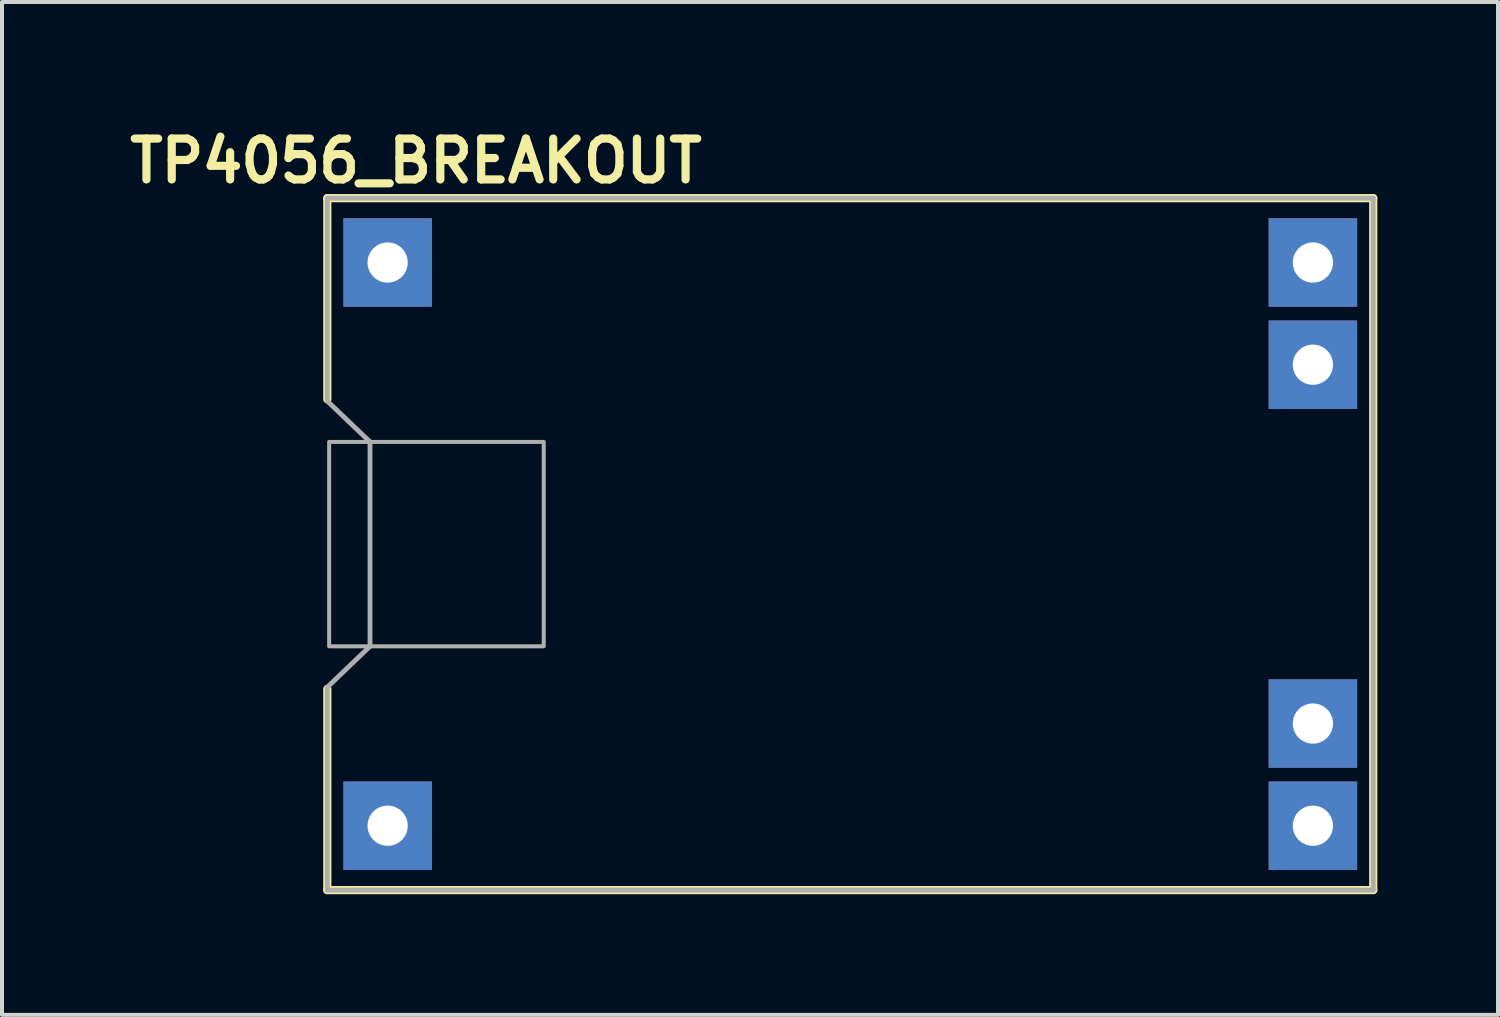
<source format=kicad_pcb>
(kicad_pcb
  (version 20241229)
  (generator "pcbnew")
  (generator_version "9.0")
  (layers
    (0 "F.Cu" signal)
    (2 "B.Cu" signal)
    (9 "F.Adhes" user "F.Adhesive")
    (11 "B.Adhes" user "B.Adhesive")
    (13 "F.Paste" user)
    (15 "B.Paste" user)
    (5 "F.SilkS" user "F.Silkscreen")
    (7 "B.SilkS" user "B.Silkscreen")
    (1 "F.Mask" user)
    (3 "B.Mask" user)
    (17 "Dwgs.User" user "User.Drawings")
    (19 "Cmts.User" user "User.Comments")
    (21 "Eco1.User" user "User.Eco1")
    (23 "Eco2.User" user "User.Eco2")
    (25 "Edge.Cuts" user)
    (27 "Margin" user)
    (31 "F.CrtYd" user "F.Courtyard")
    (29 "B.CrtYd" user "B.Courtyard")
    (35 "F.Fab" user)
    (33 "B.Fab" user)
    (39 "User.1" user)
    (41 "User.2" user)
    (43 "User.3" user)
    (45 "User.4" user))
  (footprint "TP4056_BREAKOUT"
    (layer "F.Cu")
    (at 18.086 10.476)
    (property "Reference" "TP4056_BREAKOUT" (at -10.795 -9.525 0) (layer "F.SilkS") (effects (font (size 1.016 1.016) (thickness 0.203))))
    (attr through_hole)
    (fp_line (start -13 -8.6) (end -13 -3.6) (stroke (width 0.203) (type solid)) (layer "F.SilkS"))
    (fp_line (start -13 -8.6) (end 13 -8.6) (stroke (width 0.203) (type solid)) (layer "F.SilkS"))
    (fp_line (start -13 8.6) (end -13 3.6) (stroke (width 0.203) (type solid)) (layer "F.SilkS"))
    (fp_line (start 13 -8.6) (end 13 8.6) (stroke (width 0.203) (type solid)) (layer "F.SilkS"))
    (fp_line (start 13 8.6) (end -13 8.6) (stroke (width 0.203) (type solid)) (layer "F.SilkS"))
    (fp_line (start -13 -8.6) (end -13 -3.556) (stroke (width 0.12) (type solid)) (layer "F.Fab"))
    (fp_line (start -13 -8.6) (end 13 -8.6) (stroke (width 0.12) (type solid)) (layer "F.Fab"))
    (fp_line (start -13 8.6) (end -13 3.556) (stroke (width 0.12) (type solid)) (layer "F.Fab"))
    (fp_line (start -11.938 -2.54) (end -13 -3.556) (stroke (width 0.12) (type solid)) (layer "F.Fab"))
    (fp_line (start -11.938 -2.54) (end -11.938 2.54) (stroke (width 0.12) (type solid)) (layer "F.Fab"))
    (fp_line (start -11.938 2.54) (end -13 3.556) (stroke (width 0.12) (type solid)) (layer "F.Fab"))
    (fp_line (start 13 -8.6) (end 13 8.6) (stroke (width 0.12) (type solid)) (layer "F.Fab"))
    (fp_line (start 13 8.6) (end -13 8.6) (stroke (width 0.12) (type solid)) (layer "F.Fab"))
    (fp_poly (pts (xy -7.62 2.54) (xy -12.954 2.54) (xy -12.954 -2.54) (xy -7.62 -2.54)) (stroke (width 0.1) (type solid)) (fill no) (layer "F.Fab"))
    (pad "1" thru_hole rect (at -11.5 -7) (size 2.2 2.2) (drill 1) (layers "*.Cu" "*.Mask"))
    (pad "2" thru_hole rect (at -11.5 7) (size 2.2 2.2) (drill 1) (layers "*.Cu" "*.Mask"))
    (pad "3" thru_hole rect (at 11.5 -7) (size 2.2 2.2) (drill 1) (layers "*.Cu" "*.Mask"))
    (pad "4" thru_hole rect (at 11.5 -4.46) (size 2.2 2.2) (drill 1) (layers "*.Cu" "*.Mask"))
    (pad "5" thru_hole rect (at 11.5 4.46) (size 2.2 2.2) (drill 1) (layers "*.Cu" "*.Mask"))
    (pad "6" thru_hole rect (at 11.5 7) (size 2.2 2.2) (drill 1) (layers "*.Cu" "*.Mask")))
  (gr_rect
    (start -3 -3)
    (end 34.188 22.178)
    (stroke (width 0.1) (type default))
    (fill no)
    (layer "Edge.Cuts")))
</source>
